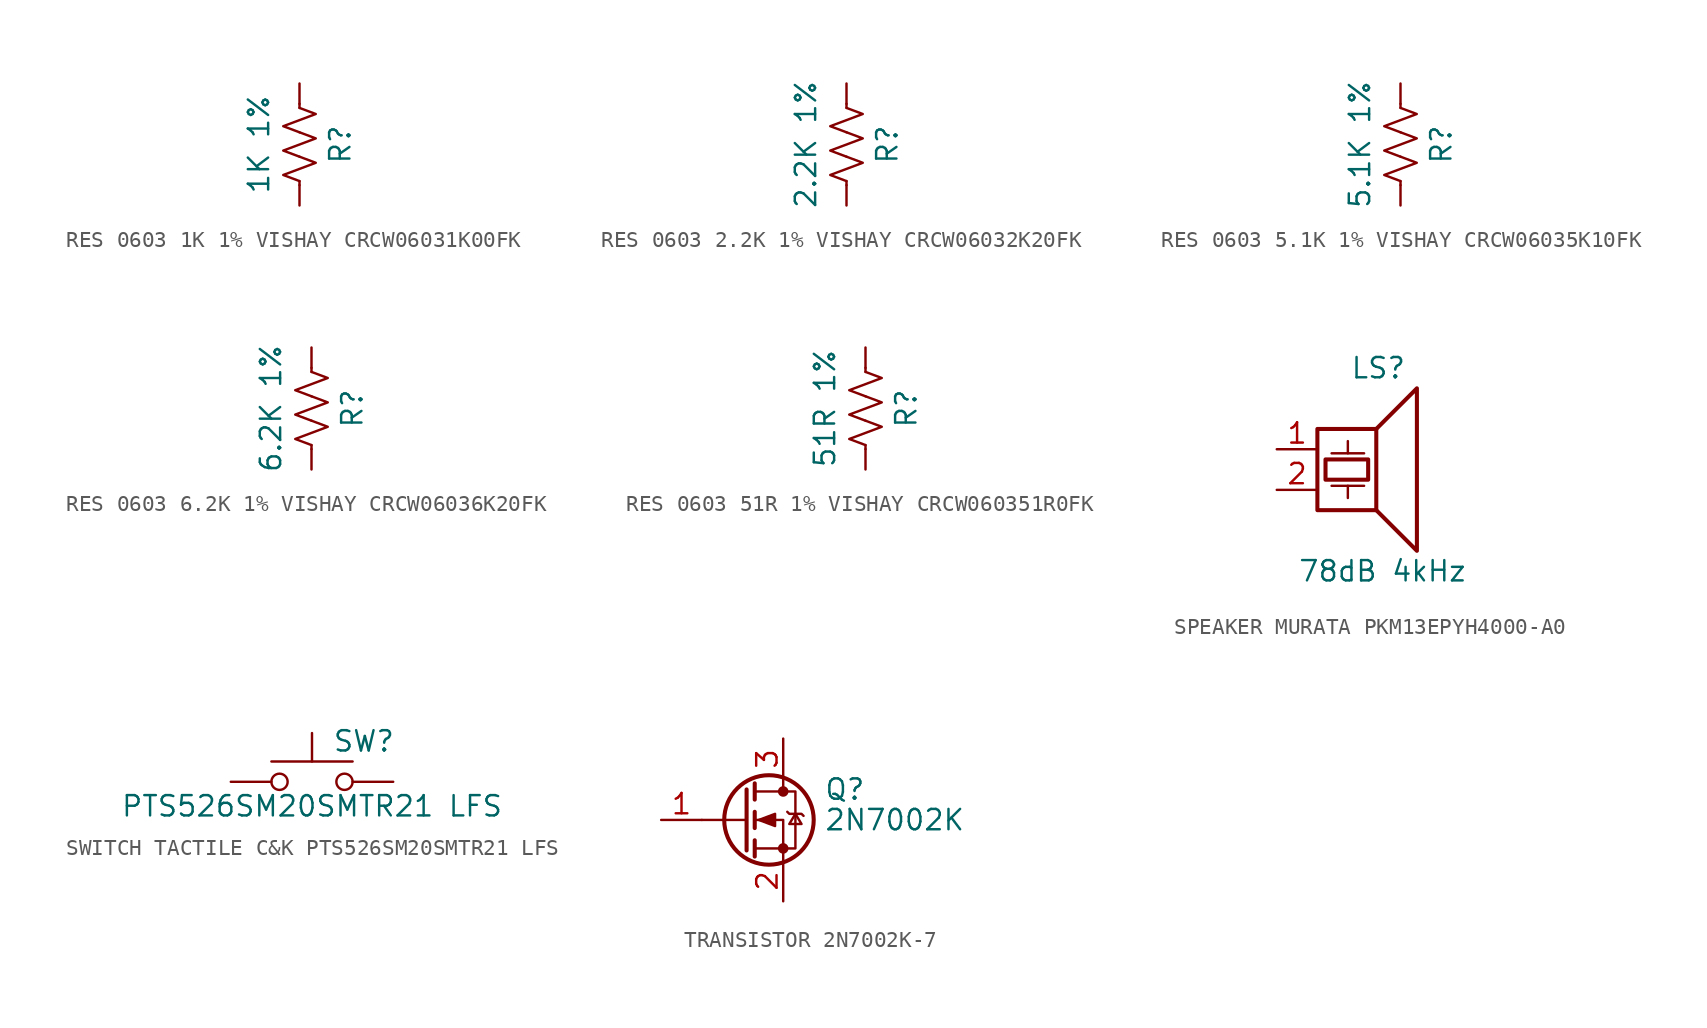
<source format=kicad_sym>
(kicad_symbol_lib
  (version 20231120)
  (generator "kicad_symbol_editor")
  (generator_version "8.0")
  (symbol "RES 0603 1K 1% VISHAY CRCW06031K00FK "
    (pin_numbers hide)
    (pin_names
      (offset 0))
    (property "Reference" "R"
      (at 2.54 0 90)
      (effects (font (size 1.27 1.27))))
    (property "Value" "1K 1% "
      (at -2.54 0 90)
      (effects (font (size 1.27 1.27))))
    (symbol "RES 0603 1K 1% VISHAY CRCW06031K00FK _0_1"
      (polyline (pts (xy 0 -2.286) (xy 0 -2.54)) (stroke (width 0) (type default)) (fill (type none)))
      (polyline (pts (xy 0 2.286) (xy 0 2.54)) (stroke (width 0) (type default)) (fill (type none)))
      (polyline (pts (xy 0 -0.762) (xy 1.016 -1.143) (xy 0 -1.524) (xy -1.016 -1.905) (xy 0 -2.286)) (stroke (width 0) (type default)) (fill (type none)))
      (polyline (pts (xy 0 0.762) (xy 1.016 0.381) (xy 0 0) (xy -1.016 -0.381) (xy 0 -0.762)) (stroke (width 0) (type default)) (fill (type none)))
      (polyline (pts (xy 0 2.286) (xy 1.016 1.905) (xy 0 1.524) (xy -1.016 1.143) (xy 0 0.762)) (stroke (width 0) (type default)) (fill (type none))))
    (symbol "RES 0603 1K 1% VISHAY CRCW06031K00FK _1_1"
      (pin passive line (at 0 3.81 270) (length 1.27) (name "~" (effects (font (size 1.27 1.27)))) (number "1" (effects (font (size 1.27 1.27)))))
      (pin passive line (at 0 -3.81 90) (length 1.27) (name "~" (effects (font (size 1.27 1.27)))) (number "2" (effects (font (size 1.27 1.27)))))))
  (symbol "RES 0603 2.2K 1% VISHAY CRCW06032K20FK "
    (pin_numbers hide)
    (pin_names
      (offset 0))
    (property "Reference" "R"
      (at 2.54 0 90)
      (effects (font (size 1.27 1.27))))
    (property "Value" "2.2K 1%"
      (at -2.54 0 90)
      (effects (font (size 1.27 1.27))))
    (symbol "RES 0603 2.2K 1% VISHAY CRCW06032K20FK _0_1"
      (polyline (pts (xy 0 -2.286) (xy 0 -2.54)) (stroke (width 0) (type default)) (fill (type none)))
      (polyline (pts (xy 0 2.286) (xy 0 2.54)) (stroke (width 0) (type default)) (fill (type none)))
      (polyline (pts (xy 0 -0.762) (xy 1.016 -1.143) (xy 0 -1.524) (xy -1.016 -1.905) (xy 0 -2.286)) (stroke (width 0) (type default)) (fill (type none)))
      (polyline (pts (xy 0 0.762) (xy 1.016 0.381) (xy 0 0) (xy -1.016 -0.381) (xy 0 -0.762)) (stroke (width 0) (type default)) (fill (type none)))
      (polyline (pts (xy 0 2.286) (xy 1.016 1.905) (xy 0 1.524) (xy -1.016 1.143) (xy 0 0.762)) (stroke (width 0) (type default)) (fill (type none))))
    (symbol "RES 0603 2.2K 1% VISHAY CRCW06032K20FK _1_1"
      (pin passive line (at 0 3.81 270) (length 1.27) (name "~" (effects (font (size 1.27 1.27)))) (number "1" (effects (font (size 1.27 1.27)))))
      (pin passive line (at 0 -3.81 90) (length 1.27) (name "~" (effects (font (size 1.27 1.27)))) (number "2" (effects (font (size 1.27 1.27)))))))
  (symbol "RES 0603 5.1K 1% VISHAY CRCW06035K10FK"
    (pin_numbers hide)
    (pin_names
      (offset 0))
    (property "Reference" "R"
      (at 2.54 0 90)
      (effects (font (size 1.27 1.27))))
    (property "Value" "5.1K 1%"
      (at -2.54 0 90)
      (effects (font (size 1.27 1.27))))
    (symbol "RES 0603 5.1K 1% VISHAY CRCW06035K10FK_0_1"
      (polyline (pts (xy 0 -2.286) (xy 0 -2.54)) (stroke (width 0) (type default)) (fill (type none)))
      (polyline (pts (xy 0 2.286) (xy 0 2.54)) (stroke (width 0) (type default)) (fill (type none)))
      (polyline (pts (xy 0 -0.762) (xy 1.016 -1.143) (xy 0 -1.524) (xy -1.016 -1.905) (xy 0 -2.286)) (stroke (width 0) (type default)) (fill (type none)))
      (polyline (pts (xy 0 0.762) (xy 1.016 0.381) (xy 0 0) (xy -1.016 -0.381) (xy 0 -0.762)) (stroke (width 0) (type default)) (fill (type none)))
      (polyline (pts (xy 0 2.286) (xy 1.016 1.905) (xy 0 1.524) (xy -1.016 1.143) (xy 0 0.762)) (stroke (width 0) (type default)) (fill (type none))))
    (symbol "RES 0603 5.1K 1% VISHAY CRCW06035K10FK_1_1"
      (pin passive line (at 0 3.81 270) (length 1.27) (name "~" (effects (font (size 1.27 1.27)))) (number "1" (effects (font (size 1.27 1.27)))))
      (pin passive line (at 0 -3.81 90) (length 1.27) (name "~" (effects (font (size 1.27 1.27)))) (number "2" (effects (font (size 1.27 1.27)))))))
  (symbol "RES 0603 6.2K 1% VISHAY CRCW06036K20FK "
    (pin_numbers hide)
    (pin_names
      (offset 0))
    (property "Reference" "R"
      (at 2.54 0 90)
      (effects (font (size 1.27 1.27))))
    (property "Value" "6.2K 1% "
      (at -2.54 0 90)
      (effects (font (size 1.27 1.27))))
    (symbol "RES 0603 6.2K 1% VISHAY CRCW06036K20FK _0_1"
      (polyline (pts (xy 0 -2.286) (xy 0 -2.54)) (stroke (width 0) (type default)) (fill (type none)))
      (polyline (pts (xy 0 2.286) (xy 0 2.54)) (stroke (width 0) (type default)) (fill (type none)))
      (polyline (pts (xy 0 -0.762) (xy 1.016 -1.143) (xy 0 -1.524) (xy -1.016 -1.905) (xy 0 -2.286)) (stroke (width 0) (type default)) (fill (type none)))
      (polyline (pts (xy 0 0.762) (xy 1.016 0.381) (xy 0 0) (xy -1.016 -0.381) (xy 0 -0.762)) (stroke (width 0) (type default)) (fill (type none)))
      (polyline (pts (xy 0 2.286) (xy 1.016 1.905) (xy 0 1.524) (xy -1.016 1.143) (xy 0 0.762)) (stroke (width 0) (type default)) (fill (type none))))
    (symbol "RES 0603 6.2K 1% VISHAY CRCW06036K20FK _1_1"
      (pin passive line (at 0 3.81 270) (length 1.27) (name "~" (effects (font (size 1.27 1.27)))) (number "1" (effects (font (size 1.27 1.27)))))
      (pin passive line (at 0 -3.81 90) (length 1.27) (name "~" (effects (font (size 1.27 1.27)))) (number "2" (effects (font (size 1.27 1.27)))))))
  (symbol "RES 0603 51R 1% VISHAY CRCW060351R0FK "
    (pin_numbers hide)
    (pin_names
      (offset 0))
    (property "Reference" "R"
      (at 2.54 0 90)
      (effects (font (size 1.27 1.27))))
    (property "Value" "51R 1%"
      (at -2.54 0 90)
      (effects (font (size 1.27 1.27))))
    (symbol "RES 0603 51R 1% VISHAY CRCW060351R0FK _0_1"
      (polyline (pts (xy 0 -2.286) (xy 0 -2.54)) (stroke (width 0) (type default)) (fill (type none)))
      (polyline (pts (xy 0 2.286) (xy 0 2.54)) (stroke (width 0) (type default)) (fill (type none)))
      (polyline (pts (xy 0 -0.762) (xy 1.016 -1.143) (xy 0 -1.524) (xy -1.016 -1.905) (xy 0 -2.286)) (stroke (width 0) (type default)) (fill (type none)))
      (polyline (pts (xy 0 0.762) (xy 1.016 0.381) (xy 0 0) (xy -1.016 -0.381) (xy 0 -0.762)) (stroke (width 0) (type default)) (fill (type none)))
      (polyline (pts (xy 0 2.286) (xy 1.016 1.905) (xy 0 1.524) (xy -1.016 1.143) (xy 0 0.762)) (stroke (width 0) (type default)) (fill (type none))))
    (symbol "RES 0603 51R 1% VISHAY CRCW060351R0FK _1_1"
      (pin passive line (at 0 3.81 270) (length 1.27) (name "~" (effects (font (size 1.27 1.27)))) (number "1" (effects (font (size 1.27 1.27)))))
      (pin passive line (at 0 -3.81 90) (length 1.27) (name "~" (effects (font (size 1.27 1.27)))) (number "2" (effects (font (size 1.27 1.27)))))))
  (symbol "SPEAKER MURATA PKM13EPYH4000-A0"
    (pin_names
      (offset 0) hide)
    (property "Reference" "LS"
      (at 0 6.35 0)
      (effects (font (size 1.27 1.27))))
    (property "Value" "78dB 4kHz "
      (at 0.254 -6.35 0)
      (effects (font (size 1.27 1.27))))
    (symbol "SPEAKER MURATA PKM13EPYH4000-A0_0_0"
      (rectangle (start -3.81 2.54) (end -0.127 -2.54) (stroke (width 0.254) (type default)) (fill (type none)))
      (rectangle (start -3.302 0.635) (end -0.635 -0.635) (stroke (width 0.254) (type default)) (fill (type none)))
      (polyline (pts (xy -2.921 -1.016) (xy -0.889 -1.016)) (stroke (width 0) (type default)) (fill (type none)))
      (polyline (pts (xy -2.921 1.016) (xy -0.889 1.016)) (stroke (width 0) (type default)) (fill (type none)))
      (polyline (pts (xy -1.905 -1.016) (xy -1.905 -1.778)) (stroke (width 0) (type default)) (fill (type none)))
      (polyline (pts (xy -1.905 1.016) (xy -1.905 1.778)) (stroke (width 0) (type default)) (fill (type none)))
      (polyline (pts (xy -0.127 2.54) (xy 2.413 5.08) (xy 2.413 -5.08) (xy -0.127 -2.54)) (stroke (width 0.254) (type default)) (fill (type none))))
    (symbol "SPEAKER MURATA PKM13EPYH4000-A0_1_1"
      (pin input line (at -6.35 1.27 0) (length 2.54) (name "1" (effects (font (size 1.27 1.27)))) (number "1" (effects (font (size 1.27 1.27)))))
      (pin input line (at -6.35 -1.27 0) (length 2.54) (name "2" (effects (font (size 1.27 1.27)))) (number "2" (effects (font (size 1.27 1.27)))))))
  (symbol "SWITCH TACTILE C&K PTS526SM20SMTR21 LFS"
    (pin_numbers hide)
    (pin_names
      (offset 1.016) hide)
    (property "Reference" "SW"
      (at 1.27 2.54 0)
      (effects (font (size 1.27 1.27)) (justify left)))
    (property "Value" "PTS526SM20SMTR21 LFS "
      (at 0 -1.524 0)
      (effects (font (size 1.27 1.27))))
    (symbol "SWITCH TACTILE C&K PTS526SM20SMTR21 LFS_0_1"
      (circle (center -2.032 0) (radius 0.508) (stroke (width 0) (type default)) (fill (type none)))
      (polyline (pts (xy 0 1.27) (xy 0 3.048)) (stroke (width 0) (type default)) (fill (type none)))
      (polyline (pts (xy 2.54 1.27) (xy -2.54 1.27)) (stroke (width 0) (type default)) (fill (type none)))
      (circle (center 2.032 0) (radius 0.508) (stroke (width 0) (type default)) (fill (type none)))
      (pin passive line (at -5.08 0 0) (length 2.54) (name "A" (effects (font (size 1.27 1.27)))) (number "1" (effects (font (size 1.27 1.27)))))
      (pin passive line (at 5.08 0 180) (length 2.54) (name "B" (effects (font (size 1.27 1.27)))) (number "3" (effects (font (size 1.27 1.27))))))
    (symbol "SWITCH TACTILE C&K PTS526SM20SMTR21 LFS_1_1"
      (pin passive line (at -5.08 0 0) (length 2.54) hide (name "A" (effects (font (size 1.27 1.27)))) (number "2" (effects (font (size 1.27 1.27)))))
      (pin passive line (at 5.08 0 180) (length 2.54) hide (name "B" (effects (font (size 1.27 1.27)))) (number "4" (effects (font (size 1.27 1.27)))))))
  (symbol "TRANSISTOR 2N7002K-7"
    (pin_names hide)
    (property "Reference" "Q"
      (at 5.08 1.905 0)
      (effects (font (size 1.27 1.27)) (justify left)))
    (property "Value" "2N7002K"
      (at 5.08 0 0)
      (effects (font (size 1.27 1.27)) (justify left)))
    (symbol "TRANSISTOR 2N7002K-7_0_1"
      (polyline (pts (xy 0.254 0) (xy -2.54 0)) (stroke (width 0) (type default)) (fill (type none)))
      (polyline (pts (xy 0.254 1.905) (xy 0.254 -1.905)) (stroke (width 0.254) (type default)) (fill (type none)))
      (polyline (pts (xy 0.762 -1.27) (xy 0.762 -2.286)) (stroke (width 0.254) (type default)) (fill (type none)))
      (polyline (pts (xy 0.762 0.508) (xy 0.762 -0.508)) (stroke (width 0.254) (type default)) (fill (type none)))
      (polyline (pts (xy 0.762 2.286) (xy 0.762 1.27)) (stroke (width 0.254) (type default)) (fill (type none)))
      (polyline (pts (xy 2.54 2.54) (xy 2.54 1.778)) (stroke (width 0) (type default)) (fill (type none)))
      (polyline (pts (xy 2.54 -2.54) (xy 2.54 0) (xy 0.762 0)) (stroke (width 0) (type default)) (fill (type none)))
      (polyline (pts (xy 0.762 -1.778) (xy 3.302 -1.778) (xy 3.302 1.778) (xy 0.762 1.778)) (stroke (width 0) (type default)) (fill (type none)))
      (polyline (pts (xy 1.016 0) (xy 2.032 0.381) (xy 2.032 -0.381) (xy 1.016 0)) (stroke (width 0) (type default)) (fill (type outline)))
      (polyline (pts (xy 2.794 0.508) (xy 2.921 0.381) (xy 3.683 0.381) (xy 3.81 0.254)) (stroke (width 0) (type default)) (fill (type none)))
      (polyline (pts (xy 3.302 0.381) (xy 2.921 -0.254) (xy 3.683 -0.254) (xy 3.302 0.381)) (stroke (width 0) (type default)) (fill (type none)))
      (circle (center 1.651 0) (radius 2.794) (stroke (width 0.254) (type default)) (fill (type none)))
      (circle (center 2.54 -1.778) (radius 0.254) (stroke (width 0) (type default)) (fill (type outline)))
      (circle (center 2.54 1.778) (radius 0.254) (stroke (width 0) (type default)) (fill (type outline))))
    (symbol "TRANSISTOR 2N7002K-7_1_1"
      (pin input line (at -5.08 0 0) (length 2.54) (name "G" (effects (font (size 1.27 1.27)))) (number "1" (effects (font (size 1.27 1.27)))))
      (pin passive line (at 2.54 -5.08 90) (length 2.54) (name "S" (effects (font (size 1.27 1.27)))) (number "2" (effects (font (size 1.27 1.27)))))
      (pin passive line (at 2.54 5.08 270) (length 2.54) (name "D" (effects (font (size 1.27 1.27)))) (number "3" (effects (font (size 1.27 1.27))))))))
</source>
